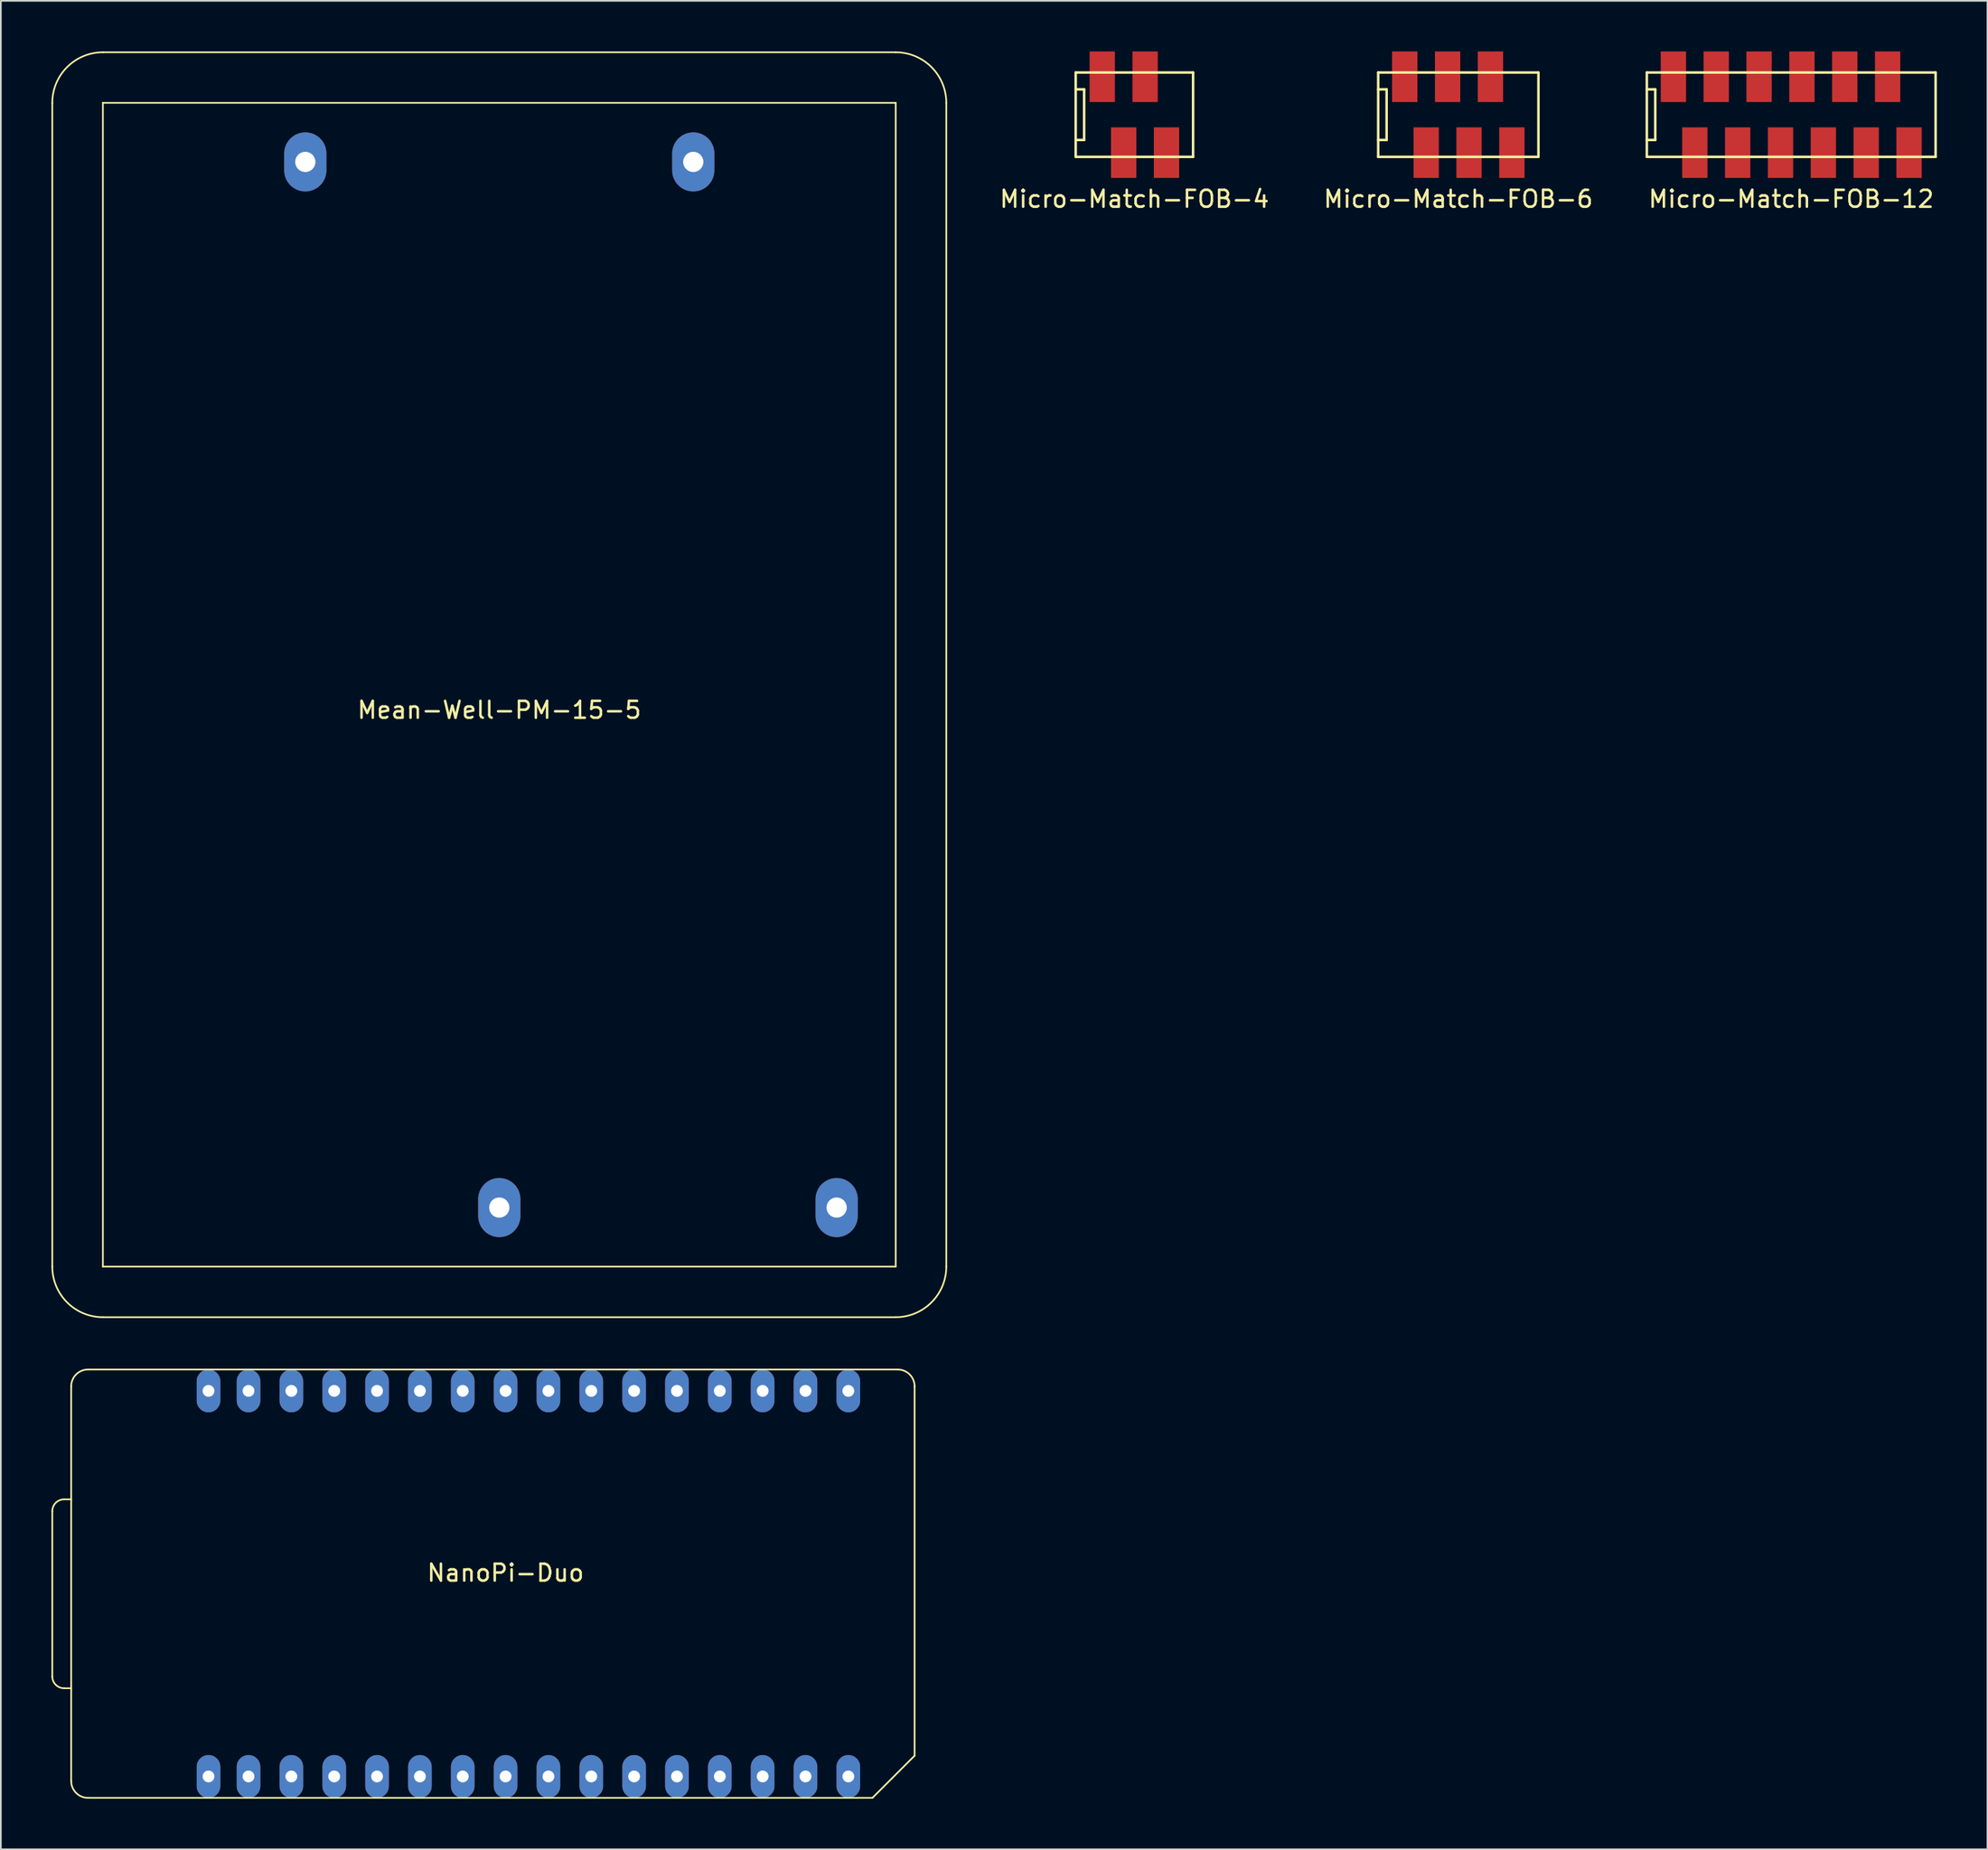
<source format=kicad_pcb>
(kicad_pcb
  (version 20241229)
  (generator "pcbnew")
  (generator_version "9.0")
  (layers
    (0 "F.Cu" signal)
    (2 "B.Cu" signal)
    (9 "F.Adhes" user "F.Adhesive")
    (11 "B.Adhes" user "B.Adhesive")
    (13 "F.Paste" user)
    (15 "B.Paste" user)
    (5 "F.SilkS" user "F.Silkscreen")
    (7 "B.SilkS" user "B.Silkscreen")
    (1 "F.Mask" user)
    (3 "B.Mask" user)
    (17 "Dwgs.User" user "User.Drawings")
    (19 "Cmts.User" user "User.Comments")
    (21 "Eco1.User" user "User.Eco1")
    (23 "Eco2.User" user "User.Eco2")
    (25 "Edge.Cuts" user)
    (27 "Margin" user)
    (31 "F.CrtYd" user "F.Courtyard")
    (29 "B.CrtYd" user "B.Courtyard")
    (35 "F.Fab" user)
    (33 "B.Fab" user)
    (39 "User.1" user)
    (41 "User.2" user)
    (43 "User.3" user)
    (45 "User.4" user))
  (footprint "Mean-Well-PM-15-5"
    (layer "F.Cu")
    (at 26.55 37.55)
    (property "Reference" "Mean-Well-PM-15-5" (at 0 1.5 0) (layer "F.SilkS") (effects (font (size 1 1) (thickness 0.15))))
    (attr through_hole)
    (fp_line (start -26.5 34.5) (end -26.5 -34.5) (stroke (width 0.1) (type solid)) (layer "F.SilkS"))
    (fp_line (start -23.5 -37.5) (end 23.5 -37.5) (stroke (width 0.1) (type solid)) (layer "F.SilkS"))
    (fp_line (start -23.5 -34.5) (end -23.5 34.5) (stroke (width 0.1) (type solid)) (layer "F.SilkS"))
    (fp_line (start -23.5 34.5) (end 23.5 34.5) (stroke (width 0.1) (type solid)) (layer "F.SilkS"))
    (fp_line (start 23.5 -34.5) (end -23.5 -34.5) (stroke (width 0.1) (type solid)) (layer "F.SilkS"))
    (fp_line (start 23.5 34.5) (end 23.5 -34.5) (stroke (width 0.1) (type solid)) (layer "F.SilkS"))
    (fp_line (start 23.5 37.5) (end -23.5 37.5) (stroke (width 0.1) (type solid)) (layer "F.SilkS"))
    (fp_line (start 26.5 -34.5) (end 26.5 34.5) (stroke (width 0.1) (type solid)) (layer "F.SilkS"))
    (fp_arc (start -26.5 -34.5) (mid -25.62132 -36.62132) (end -23.5 -37.5) (stroke (width 0.1) (type solid)) (layer "F.SilkS"))
    (fp_arc (start -23.5 37.5) (mid -25.62132 36.62132) (end -26.5 34.5) (stroke (width 0.1) (type solid)) (layer "F.SilkS"))
    (fp_arc (start 23.5 -37.5) (mid 25.62132 -36.62132) (end 26.5 -34.5) (stroke (width 0.1) (type solid)) (layer "F.SilkS"))
    (fp_arc (start 26.5 34.5) (mid 25.62132 36.62132) (end 23.5 37.5) (stroke (width 0.1) (type solid)) (layer "F.SilkS"))
    (pad "1" thru_hole oval (at 20 31) (size 2.5 3.5) (drill 1.2) (layers "*.Cu" "*.Mask"))
    (pad "2" thru_hole oval (at 0 31) (size 2.5 3.5) (drill 1.2) (layers "*.Cu" "*.Mask"))
    (pad "3" thru_hole oval (at -11.5 -31) (size 2.5 3.5) (drill 1.2) (layers "*.Cu" "*.Mask"))
    (pad "4" thru_hole oval (at 11.5 -31) (size 2.5 3.5) (drill 1.2) (layers "*.Cu" "*.Mask")))
  (footprint "Micro-Match-FOB-4"
    (layer "F.Cu")
    (at 64.201 3.75)
    (property "Reference" "Micro-Match-FOB-4" (at 0 5 0) (layer "F.SilkS") (effects (font (size 1 1) (thickness 0.15))))
    (attr through_hole)
    (fp_line (start -3.48 -2.5) (end -3.48 2.5) (stroke (width 0.15) (type solid)) (layer "F.SilkS"))
    (fp_line (start -3.48 -2.5) (end 3.48 -2.5) (stroke (width 0.15) (type solid)) (layer "F.SilkS"))
    (fp_line (start -3.48 -1.5) (end -2.98 -1.5) (stroke (width 0.15) (type solid)) (layer "F.SilkS"))
    (fp_line (start -3.48 1.5) (end -2.98 1.5) (stroke (width 0.15) (type solid)) (layer "F.SilkS"))
    (fp_line (start -3.48 2.5) (end 3.48 2.5) (stroke (width 0.15) (type solid)) (layer "F.SilkS"))
    (fp_line (start -2.98 -1.5) (end -2.98 1.5) (stroke (width 0.15) (type solid)) (layer "F.SilkS"))
    (fp_line (start 3.48 -2.5) (end 3.48 2.5) (stroke (width 0.15) (type solid)) (layer "F.SilkS"))
    (pad "1" smd rect (at -1.905 -2.25) (size 1.5 3) (layers "F.Cu" "F.Mask" "F.Paste"))
    (pad "2" smd rect (at -0.635 2.25) (size 1.5 3) (layers "F.Cu" "F.Mask" "F.Paste"))
    (pad "3" smd rect (at 0.635 -2.25) (size 1.5 3) (layers "F.Cu" "F.Mask" "F.Paste"))
    (pad "4" smd rect (at 1.905 2.25) (size 1.5 3) (layers "F.Cu" "F.Mask" "F.Paste")))
  (footprint "NanoPi-Duo"
    (layer "F.Cu")
    (at 26.923 90.21)
    (property "Reference" "NanoPi-Duo" (at 0 0 0) (layer "F.SilkS") (effects (font (size 1 1) (thickness 0.15))))
    (attr through_hole)
    (fp_line (start -26.873 6.14) (end -26.873 -3.66) (stroke (width 0.1) (type solid)) (layer "F.SilkS"))
    (fp_line (start -26.173 -4.36) (end -25.753 -4.36) (stroke (width 0.1) (type solid)) (layer "F.SilkS"))
    (fp_line (start -26.173 6.84) (end -25.753 6.84) (stroke (width 0.1) (type solid)) (layer "F.SilkS"))
    (fp_line (start -25.753 -11.06) (end -25.753 12.34) (stroke (width 0.1) (type solid)) (layer "F.SilkS"))
    (fp_line (start -24.753 13.34) (end 21.747 13.34) (stroke (width 0.1) (type solid)) (layer "F.SilkS"))
    (fp_line (start 21.747 13.34) (end 24.247 10.84) (stroke (width 0.1) (type solid)) (layer "F.SilkS"))
    (fp_line (start 23.247 -12.06) (end -24.753 -12.06) (stroke (width 0.1) (type solid)) (layer "F.SilkS"))
    (fp_line (start 24.247 10.84) (end 24.247 -11.06) (stroke (width 0.1) (type solid)) (layer "F.SilkS"))
    (fp_arc (start -26.872878 -3.660238) (mid -26.667853 -4.155213) (end -26.172878 -4.360238) (stroke (width 0.1) (type solid)) (layer "F.SilkS"))
    (fp_arc (start -26.172878 6.83974) (mid -26.667853 6.634715) (end -26.872878 6.13974) (stroke (width 0.1) (type solid)) (layer "F.SilkS"))
    (fp_arc (start -25.75289 -11.06025) (mid -25.459996 -11.767354) (end -24.752892 -12.060248) (stroke (width 0.1) (type solid)) (layer "F.SilkS"))
    (fp_arc (start -24.752892 13.339752) (mid -25.459996 13.046858) (end -25.75289 12.339754) (stroke (width 0.1) (type solid)) (layer "F.SilkS"))
    (fp_arc (start 23.247114 -12.060248) (mid 23.954218 -11.767354) (end 24.247112 -11.06025) (stroke (width 0.1) (type solid)) (layer "F.SilkS"))
    (pad "1" thru_hole oval (at 20.32 12.07) (size 1.4 2.54) (drill 0.7) (layers "*.Cu" "*.Mask"))
    (pad "2" thru_hole oval (at 17.78 12.07) (size 1.4 2.54) (drill 0.7) (layers "*.Cu" "*.Mask"))
    (pad "3" thru_hole oval (at 15.24 12.07) (size 1.4 2.54) (drill 0.7) (layers "*.Cu" "*.Mask"))
    (pad "4" thru_hole oval (at 12.7 12.07) (size 1.4 2.54) (drill 0.7) (layers "*.Cu" "*.Mask"))
    (pad "5" thru_hole oval (at 10.16 12.07) (size 1.4 2.54) (drill 0.7) (layers "*.Cu" "*.Mask"))
    (pad "6" thru_hole oval (at 7.62 12.07) (size 1.4 2.54) (drill 0.7) (layers "*.Cu" "*.Mask"))
    (pad "7" thru_hole oval (at 5.08 12.07) (size 1.4 2.54) (drill 0.7) (layers "*.Cu" "*.Mask"))
    (pad "8" thru_hole oval (at 2.54 12.07) (size 1.4 2.54) (drill 0.7) (layers "*.Cu" "*.Mask"))
    (pad "9" thru_hole oval (at 0 12.07) (size 1.4 2.54) (drill 0.7) (layers "*.Cu" "*.Mask"))
    (pad "10" thru_hole oval (at -2.54 12.07) (size 1.4 2.54) (drill 0.7) (layers "*.Cu" "*.Mask"))
    (pad "11" thru_hole oval (at -5.08 12.07) (size 1.4 2.54) (drill 0.7) (layers "*.Cu" "*.Mask"))
    (pad "12" thru_hole oval (at -7.62 12.07) (size 1.4 2.54) (drill 0.7) (layers "*.Cu" "*.Mask"))
    (pad "13" thru_hole oval (at -10.16 12.07) (size 1.4 2.54) (drill 0.7) (layers "*.Cu" "*.Mask"))
    (pad "14" thru_hole oval (at -12.7 12.07) (size 1.4 2.54) (drill 0.7) (layers "*.Cu" "*.Mask"))
    (pad "15" thru_hole oval (at -15.24 12.07) (size 1.4 2.54) (drill 0.7) (layers "*.Cu" "*.Mask"))
    (pad "16" thru_hole oval (at -17.612 12.07) (size 1.4 2.54) (drill 0.7) (layers "*.Cu" "*.Mask"))
    (pad "17" thru_hole oval (at -17.612 -10.79) (size 1.4 2.54) (drill 0.7) (layers "*.Cu" "*.Mask"))
    (pad "18" thru_hole oval (at -15.24 -10.79) (size 1.4 2.54) (drill 0.7) (layers "*.Cu" "*.Mask"))
    (pad "19" thru_hole oval (at -12.7 -10.79) (size 1.4 2.54) (drill 0.7) (layers "*.Cu" "*.Mask"))
    (pad "20" thru_hole oval (at -10.16 -10.79) (size 1.4 2.54) (drill 0.7) (layers "*.Cu" "*.Mask"))
    (pad "21" thru_hole oval (at -7.62 -10.79) (size 1.4 2.54) (drill 0.7) (layers "*.Cu" "*.Mask"))
    (pad "22" thru_hole oval (at -5.08 -10.79) (size 1.4 2.54) (drill 0.7) (layers "*.Cu" "*.Mask"))
    (pad "23" thru_hole oval (at -2.54 -10.79) (size 1.4 2.54) (drill 0.7) (layers "*.Cu" "*.Mask"))
    (pad "24" thru_hole oval (at 0 -10.79) (size 1.4 2.54) (drill 0.7) (layers "*.Cu" "*.Mask"))
    (pad "25" thru_hole oval (at 2.54 -10.79) (size 1.4 2.54) (drill 0.7) (layers "*.Cu" "*.Mask"))
    (pad "26" thru_hole oval (at 5.08 -10.79) (size 1.4 2.54) (drill 0.7) (layers "*.Cu" "*.Mask"))
    (pad "27" thru_hole oval (at 7.62 -10.79) (size 1.4 2.54) (drill 0.7) (layers "*.Cu" "*.Mask"))
    (pad "28" thru_hole oval (at 10.16 -10.79) (size 1.4 2.54) (drill 0.7) (layers "*.Cu" "*.Mask"))
    (pad "29" thru_hole oval (at 12.7 -10.79) (size 1.4 2.54) (drill 0.7) (layers "*.Cu" "*.Mask"))
    (pad "30" thru_hole oval (at 15.24 -10.79) (size 1.4 2.54) (drill 0.7) (layers "*.Cu" "*.Mask"))
    (pad "31" thru_hole oval (at 17.78 -10.79) (size 1.4 2.54) (drill 0.7) (layers "*.Cu" "*.Mask"))
    (pad "32" thru_hole oval (at 20.32 -10.79) (size 1.4 2.54) (drill 0.7) (layers "*.Cu" "*.Mask")))
  (footprint "Micro-Match-FOB-12"
    (layer "F.Cu")
    (at 103.14 3.75)
    (property "Reference" "Micro-Match-FOB-12" (at 0 5 0) (layer "F.SilkS") (effects (font (size 1 1) (thickness 0.15))))
    (attr through_hole)
    (fp_line (start -8.56 -2.5) (end -8.56 2.5) (stroke (width 0.15) (type solid)) (layer "F.SilkS"))
    (fp_line (start -8.56 -2.5) (end 8.56 -2.5) (stroke (width 0.15) (type solid)) (layer "F.SilkS"))
    (fp_line (start -8.56 -1.5) (end -8.06 -1.5) (stroke (width 0.15) (type solid)) (layer "F.SilkS"))
    (fp_line (start -8.56 1.5) (end -8.06 1.5) (stroke (width 0.15) (type solid)) (layer "F.SilkS"))
    (fp_line (start -8.56 2.5) (end 8.56 2.5) (stroke (width 0.15) (type solid)) (layer "F.SilkS"))
    (fp_line (start -8.06 -1.5) (end -8.06 1.5) (stroke (width 0.15) (type solid)) (layer "F.SilkS"))
    (fp_line (start 8.56 -2.5) (end 8.56 2.5) (stroke (width 0.15) (type solid)) (layer "F.SilkS"))
    (pad "1" smd rect (at -6.985 -2.25) (size 1.5 3) (layers "F.Cu" "F.Mask" "F.Paste"))
    (pad "2" smd rect (at -5.715 2.25) (size 1.5 3) (layers "F.Cu" "F.Mask" "F.Paste"))
    (pad "3" smd rect (at -4.445 -2.25) (size 1.5 3) (layers "F.Cu" "F.Mask" "F.Paste"))
    (pad "4" smd rect (at -3.175 2.25) (size 1.5 3) (layers "F.Cu" "F.Mask" "F.Paste"))
    (pad "5" smd rect (at -1.905 -2.25) (size 1.5 3) (layers "F.Cu" "F.Mask" "F.Paste"))
    (pad "6" smd rect (at -0.635 2.25) (size 1.5 3) (layers "F.Cu" "F.Mask" "F.Paste"))
    (pad "7" smd rect (at 0.635 -2.25) (size 1.5 3) (layers "F.Cu" "F.Mask" "F.Paste"))
    (pad "8" smd rect (at 1.905 2.25) (size 1.5 3) (layers "F.Cu" "F.Mask" "F.Paste"))
    (pad "9" smd rect (at 3.175 -2.25) (size 1.5 3) (layers "F.Cu" "F.Mask" "F.Paste"))
    (pad "10" smd rect (at 4.445 2.25) (size 1.5 3) (layers "F.Cu" "F.Mask" "F.Paste"))
    (pad "11" smd rect (at 5.715 -2.25) (size 1.5 3) (layers "F.Cu" "F.Mask" "F.Paste"))
    (pad "12" smd rect (at 6.985 2.25) (size 1.5 3) (layers "F.Cu" "F.Mask" "F.Paste")))
  (footprint "Micro-Match-FOB-6"
    (layer "F.Cu")
    (at 83.404 3.75)
    (property "Reference" "Micro-Match-FOB-6" (at 0 5 0) (layer "F.SilkS") (effects (font (size 1 1) (thickness 0.15))))
    (attr through_hole)
    (fp_line (start -4.75 -2.5) (end -4.75 2.5) (stroke (width 0.15) (type solid)) (layer "F.SilkS"))
    (fp_line (start -4.75 -2.5) (end 4.75 -2.5) (stroke (width 0.15) (type solid)) (layer "F.SilkS"))
    (fp_line (start -4.75 -1.5) (end -4.25 -1.5) (stroke (width 0.15) (type solid)) (layer "F.SilkS"))
    (fp_line (start -4.75 1.5) (end -4.25 1.5) (stroke (width 0.15) (type solid)) (layer "F.SilkS"))
    (fp_line (start -4.75 2.5) (end 4.75 2.5) (stroke (width 0.15) (type solid)) (layer "F.SilkS"))
    (fp_line (start -4.25 -1.5) (end -4.25 1.5) (stroke (width 0.15) (type solid)) (layer "F.SilkS"))
    (fp_line (start 4.75 -2.5) (end 4.75 2.5) (stroke (width 0.15) (type solid)) (layer "F.SilkS"))
    (pad "1" smd rect (at -3.175 -2.25) (size 1.5 3) (layers "F.Cu" "F.Mask" "F.Paste"))
    (pad "2" smd rect (at -1.905 2.25) (size 1.5 3) (layers "F.Cu" "F.Mask" "F.Paste"))
    (pad "3" smd rect (at -0.635 -2.25) (size 1.5 3) (layers "F.Cu" "F.Mask" "F.Paste"))
    (pad "4" smd rect (at 0.635 2.25) (size 1.5 3) (layers "F.Cu" "F.Mask" "F.Paste"))
    (pad "5" smd rect (at 1.905 -2.25) (size 1.5 3) (layers "F.Cu" "F.Mask" "F.Paste"))
    (pad "6" smd rect (at 3.175 2.25) (size 1.5 3) (layers "F.Cu" "F.Mask" "F.Paste")))
  (gr_rect
    (start -3 -3)
    (end 114.775 106.6)
    (stroke (width 0.1) (type default))
    (fill no)
    (layer "Edge.Cuts")))
</source>
